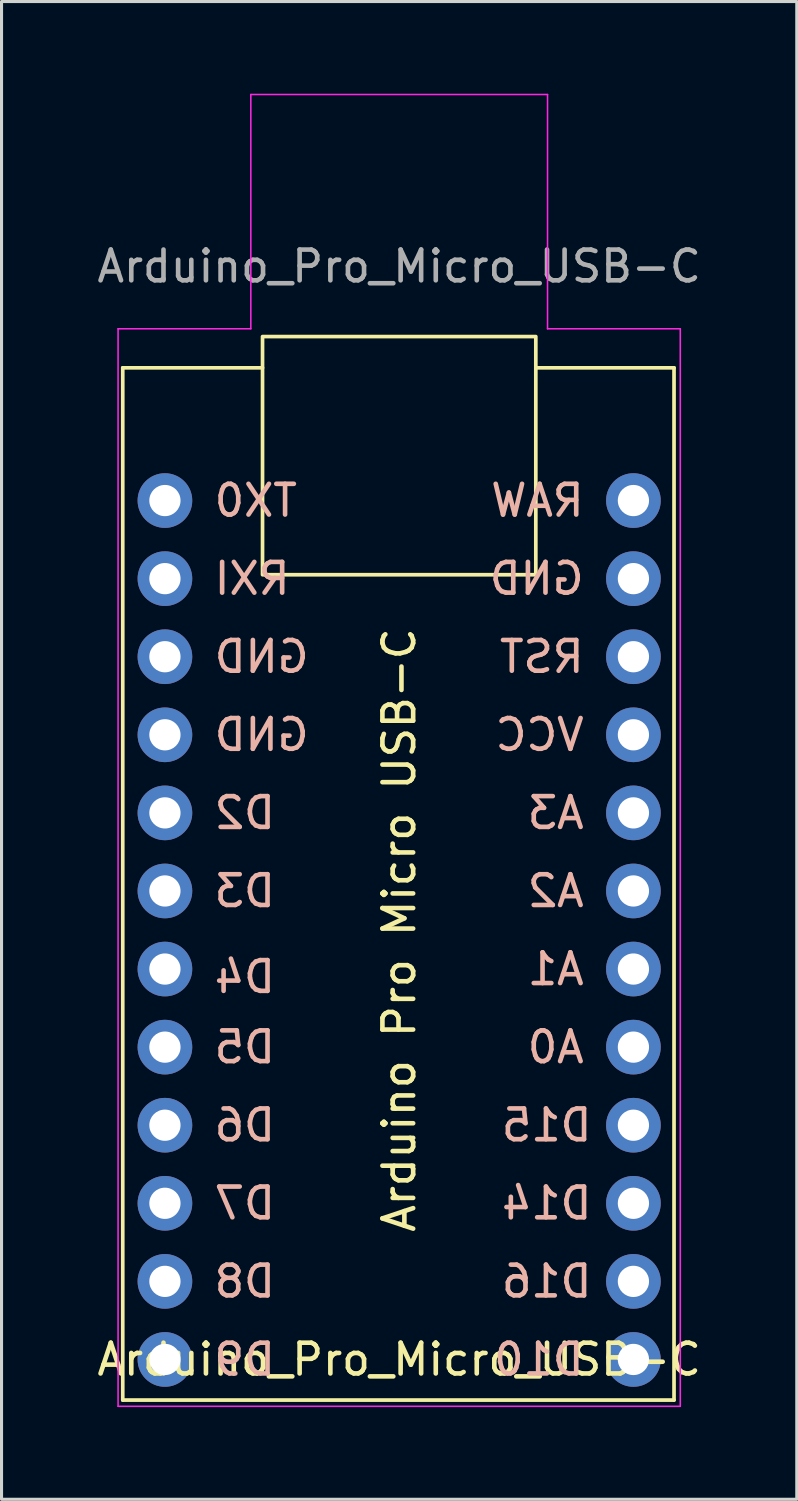
<source format=kicad_pcb>
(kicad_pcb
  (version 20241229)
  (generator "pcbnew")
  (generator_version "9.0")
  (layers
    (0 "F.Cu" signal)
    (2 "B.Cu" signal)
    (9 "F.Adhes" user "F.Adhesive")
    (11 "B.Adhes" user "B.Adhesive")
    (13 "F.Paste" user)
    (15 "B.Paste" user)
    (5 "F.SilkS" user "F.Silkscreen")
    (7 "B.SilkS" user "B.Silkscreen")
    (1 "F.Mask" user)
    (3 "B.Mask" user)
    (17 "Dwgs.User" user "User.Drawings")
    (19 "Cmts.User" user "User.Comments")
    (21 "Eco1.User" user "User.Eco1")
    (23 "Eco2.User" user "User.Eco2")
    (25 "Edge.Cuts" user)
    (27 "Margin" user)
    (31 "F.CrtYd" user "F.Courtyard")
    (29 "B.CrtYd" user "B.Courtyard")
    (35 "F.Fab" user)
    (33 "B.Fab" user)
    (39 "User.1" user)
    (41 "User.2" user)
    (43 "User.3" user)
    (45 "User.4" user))
  (footprint "Arduino_Pro_Micro_USB-C"
    (layer "F.Cu")
    (at 9.935 27.203)
    (property "Reference" "Arduino_Pro_Micro_USB-C" (at 0 13.97 0) (unlocked yes) (layer "F.SilkS") (effects (font (size 1 1) (thickness 0.15))))
    (attr through_hole)
    (fp_line (start -8.992 -18.288) (end -4.445 -18.288) (stroke (width 0.12) (type solid)) (layer "F.SilkS"))
    (fp_line (start -8.992 15.291) (end -8.992 -18.288) (stroke (width 0.12) (type solid)) (layer "F.SilkS"))
    (fp_line (start 4.445 -18.288) (end 8.941 -18.288) (stroke (width 0.12) (type solid)) (layer "F.SilkS"))
    (fp_line (start 8.941 -18.288) (end 8.941 15.291) (stroke (width 0.12) (type solid)) (layer "F.SilkS"))
    (fp_line (start 8.941 15.291) (end -8.992 15.291) (stroke (width 0.12) (type solid)) (layer "F.SilkS"))
    (fp_rect (start 4.445 -19.304) (end -4.445 -11.557) (stroke (width 0.12) (type solid)) (fill no) (layer "F.SilkS"))
    (fp_line (start -9.144 -19.558) (end -4.826 -19.558) (stroke (width 0.05) (type solid)) (layer "F.CrtYd"))
    (fp_line (start -9.144 15.494) (end -9.144 -19.558) (stroke (width 0.05) (type solid)) (layer "F.CrtYd"))
    (fp_line (start -4.826 -27.178) (end 4.826 -27.178) (stroke (width 0.05) (type solid)) (layer "F.CrtYd"))
    (fp_line (start -4.826 -19.558) (end -4.826 -27.178) (stroke (width 0.05) (type solid)) (layer "F.CrtYd"))
    (fp_line (start 4.826 -27.178) (end 4.826 -19.558) (stroke (width 0.05) (type solid)) (layer "F.CrtYd"))
    (fp_line (start 4.826 -19.558) (end 9.144 -19.558) (stroke (width 0.05) (type solid)) (layer "F.CrtYd"))
    (fp_line (start 9.144 -19.558) (end 9.144 15.494) (stroke (width 0.05) (type solid)) (layer "F.CrtYd"))
    (fp_line (start 9.144 15.494) (end -9.144 15.494) (stroke (width 0.05) (type solid)) (layer "F.CrtYd"))
    (fp_text user "Arduino Pro Micro USB-C" (at 0 0 90) (unlocked yes) (layer "F.SilkS") (effects (font (size 1 1) (thickness 0.15))))
    (fp_text user "RXI" (at -6.096 -11.43 0) (unlocked yes) (layer "B.SilkS") (effects (font (size 1 1) (thickness 0.15)) (justify right mirror)))
    (fp_text user "A1" (at 6.096 1.27 0) (unlocked yes) (layer "B.SilkS") (effects (font (size 1 1) (thickness 0.15)) (justify left mirror)))
    (fp_text user "GND" (at -6.096 -6.35 0) (unlocked yes) (layer "B.SilkS") (effects (font (size 1 1) (thickness 0.15)) (justify right mirror)))
    (fp_text user "GND" (at -6.096 -8.89 0) (unlocked yes) (layer "B.SilkS") (effects (font (size 1 1) (thickness 0.15)) (justify right mirror)))
    (fp_text user "D4" (at -6.096 1.524 0) (unlocked yes) (layer "B.SilkS") (effects (font (size 1 1) (thickness 0.15)) (justify right mirror)))
    (fp_text user "D16" (at 6.35 11.43 0) (unlocked yes) (layer "B.SilkS") (effects (font (size 1 1) (thickness 0.15)) (justify left mirror)))
    (fp_text user "RAW" (at 6.096 -13.97 0) (unlocked yes) (layer "B.SilkS") (effects (font (size 1 1) (thickness 0.15)) (justify left mirror)))
    (fp_text user "TX0" (at -6.096 -13.97 0) (unlocked yes) (layer "B.SilkS") (effects (font (size 1 1) (thickness 0.15)) (justify right mirror)))
    (fp_text user "D2" (at -6.096 -3.81 0) (unlocked yes) (layer "B.SilkS") (effects (font (size 1 1) (thickness 0.15)) (justify right mirror)))
    (fp_text user "D8" (at -6.096 11.43 0) (unlocked yes) (layer "B.SilkS") (effects (font (size 1 1) (thickness 0.15)) (justify right mirror)))
    (fp_text user "D10" (at 6.096 13.97 0) (unlocked yes) (layer "B.SilkS") (effects (font (size 1 1) (thickness 0.15)) (justify left mirror)))
    (fp_text user "A0" (at 6.096 3.81 0) (unlocked yes) (layer "B.SilkS") (effects (font (size 1 1) (thickness 0.15)) (justify left mirror)))
    (fp_text user "D3" (at -6.096 -1.27 0) (unlocked yes) (layer "B.SilkS") (effects (font (size 1 1) (thickness 0.15)) (justify right mirror)))
    (fp_text user "GND" (at 6.096 -11.43 0) (unlocked yes) (layer "B.SilkS") (effects (font (size 1 1) (thickness 0.15)) (justify left mirror)))
    (fp_text user "D15" (at 6.35 6.35 0) (unlocked yes) (layer "B.SilkS") (effects (font (size 1 1) (thickness 0.15)) (justify left mirror)))
    (fp_text user "D5" (at -6.096 3.81 0) (unlocked yes) (layer "B.SilkS") (effects (font (size 1 1) (thickness 0.15)) (justify right mirror)))
    (fp_text user "A2" (at 6.096 -1.27 0) (unlocked yes) (layer "B.SilkS") (effects (font (size 1 1) (thickness 0.15)) (justify left mirror)))
    (fp_text user "D9" (at -6.096 13.97 0) (unlocked yes) (layer "B.SilkS") (effects (font (size 1 1) (thickness 0.15)) (justify right mirror)))
    (fp_text user "A3" (at 6.096 -3.81 0) (unlocked yes) (layer "B.SilkS") (effects (font (size 1 1) (thickness 0.15)) (justify left mirror)))
    (fp_text user "VCC" (at 6.096 -6.35 0) (unlocked yes) (layer "B.SilkS") (effects (font (size 1 1) (thickness 0.15)) (justify left mirror)))
    (fp_text user "D7" (at -6.096 8.89 0) (unlocked yes) (layer "B.SilkS") (effects (font (size 1 1) (thickness 0.15)) (justify right mirror)))
    (fp_text user "D6" (at -6.096 6.35 0) (unlocked yes) (layer "B.SilkS") (effects (font (size 1 1) (thickness 0.15)) (justify right mirror)))
    (fp_text user "D14" (at 6.35 8.89 0) (unlocked yes) (layer "B.SilkS") (effects (font (size 1 1) (thickness 0.15)) (justify left mirror)))
    (fp_text user "RST" (at 6.096 -8.89 0) (unlocked yes) (layer "B.SilkS") (effects (font (size 1 1) (thickness 0.15)) (justify left mirror)))
    (fp_text user "${REFERENCE}" (at 0 -21.59 0) (unlocked yes) (layer "F.Fab") (effects (font (size 1 1) (thickness 0.15))))
    (pad "0" thru_hole circle (at -7.62 -11.43) (size 1.778 1.778) (drill 1.016) (layers "*.Cu" "*.Mask"))
    (pad "1" thru_hole circle (at -7.62 -13.97) (size 1.778 1.778) (drill 1.016) (layers "*.Cu" "*.Mask"))
    (pad "2" thru_hole circle (at -7.62 -3.81) (size 1.778 1.778) (drill 1.016) (layers "*.Cu" "*.Mask"))
    (pad "3" thru_hole circle (at -7.62 -1.27) (size 1.778 1.778) (drill 1.016) (layers "*.Cu" "*.Mask"))
    (pad "4" thru_hole circle (at -7.62 1.27) (size 1.778 1.778) (drill 1.016) (layers "*.Cu" "*.Mask"))
    (pad "5" thru_hole circle (at -7.62 3.81) (size 1.778 1.778) (drill 1.016) (layers "*.Cu" "*.Mask"))
    (pad "6" thru_hole circle (at -7.62 6.35) (size 1.778 1.778) (drill 1.016) (layers "*.Cu" "*.Mask"))
    (pad "7" thru_hole circle (at -7.62 8.89) (size 1.778 1.778) (drill 1.016) (layers "*.Cu" "*.Mask"))
    (pad "8" thru_hole circle (at -7.62 11.43) (size 1.778 1.778) (drill 1.016) (layers "*.Cu" "*.Mask"))
    (pad "9" thru_hole circle (at -7.62 13.97) (size 1.778 1.778) (drill 1.016) (layers "*.Cu" "*.Mask"))
    (pad "10" thru_hole circle (at 7.62 13.97) (size 1.778 1.778) (drill 1.016) (layers "*.Cu" "*.Mask"))
    (pad "14" thru_hole circle (at 7.62 8.89) (size 1.778 1.778) (drill 1.016) (layers "*.Cu" "*.Mask"))
    (pad "15" thru_hole circle (at 7.62 6.35) (size 1.778 1.778) (drill 1.016) (layers "*.Cu" "*.Mask"))
    (pad "16" thru_hole circle (at 7.62 11.43) (size 1.778 1.778) (drill 1.016) (layers "*.Cu" "*.Mask"))
    (pad "18" thru_hole circle (at 7.62 3.81) (size 1.778 1.778) (drill 1.016) (layers "*.Cu" "*.Mask"))
    (pad "19" thru_hole circle (at 7.62 1.27) (size 1.778 1.778) (drill 1.016) (layers "*.Cu" "*.Mask"))
    (pad "20" thru_hole circle (at 7.62 -1.27) (size 1.778 1.778) (drill 1.016) (layers "*.Cu" "*.Mask"))
    (pad "21" thru_hole circle (at 7.62 -3.81) (size 1.778 1.778) (drill 1.016) (layers "*.Cu" "*.Mask"))
    (pad "90" thru_hole circle (at -7.62 -8.89) (size 1.778 1.778) (drill 1.016) (layers "*.Cu" "*.Mask"))
    (pad "91" thru_hole circle (at -7.62 -6.35) (size 1.778 1.778) (drill 1.016) (layers "*.Cu" "*.Mask"))
    (pad "92" thru_hole circle (at 7.62 -13.97) (size 1.778 1.778) (drill 1.016) (layers "*.Cu" "*.Mask"))
    (pad "93" thru_hole circle (at 7.62 -11.43) (size 1.778 1.778) (drill 1.016) (layers "*.Cu" "*.Mask"))
    (pad "94" thru_hole circle (at 7.62 -8.89) (size 1.778 1.778) (drill 1.016) (layers "*.Cu" "*.Mask"))
    (pad "95" thru_hole circle (at 7.62 -6.35) (size 1.778 1.778) (drill 1.016) (layers "*.Cu" "*.Mask")))
  (gr_rect
    (start -3 -3)
    (end 22.869 45.722)
    (stroke (width 0.1) (type default))
    (fill no)
    (layer "Edge.Cuts")))
</source>
